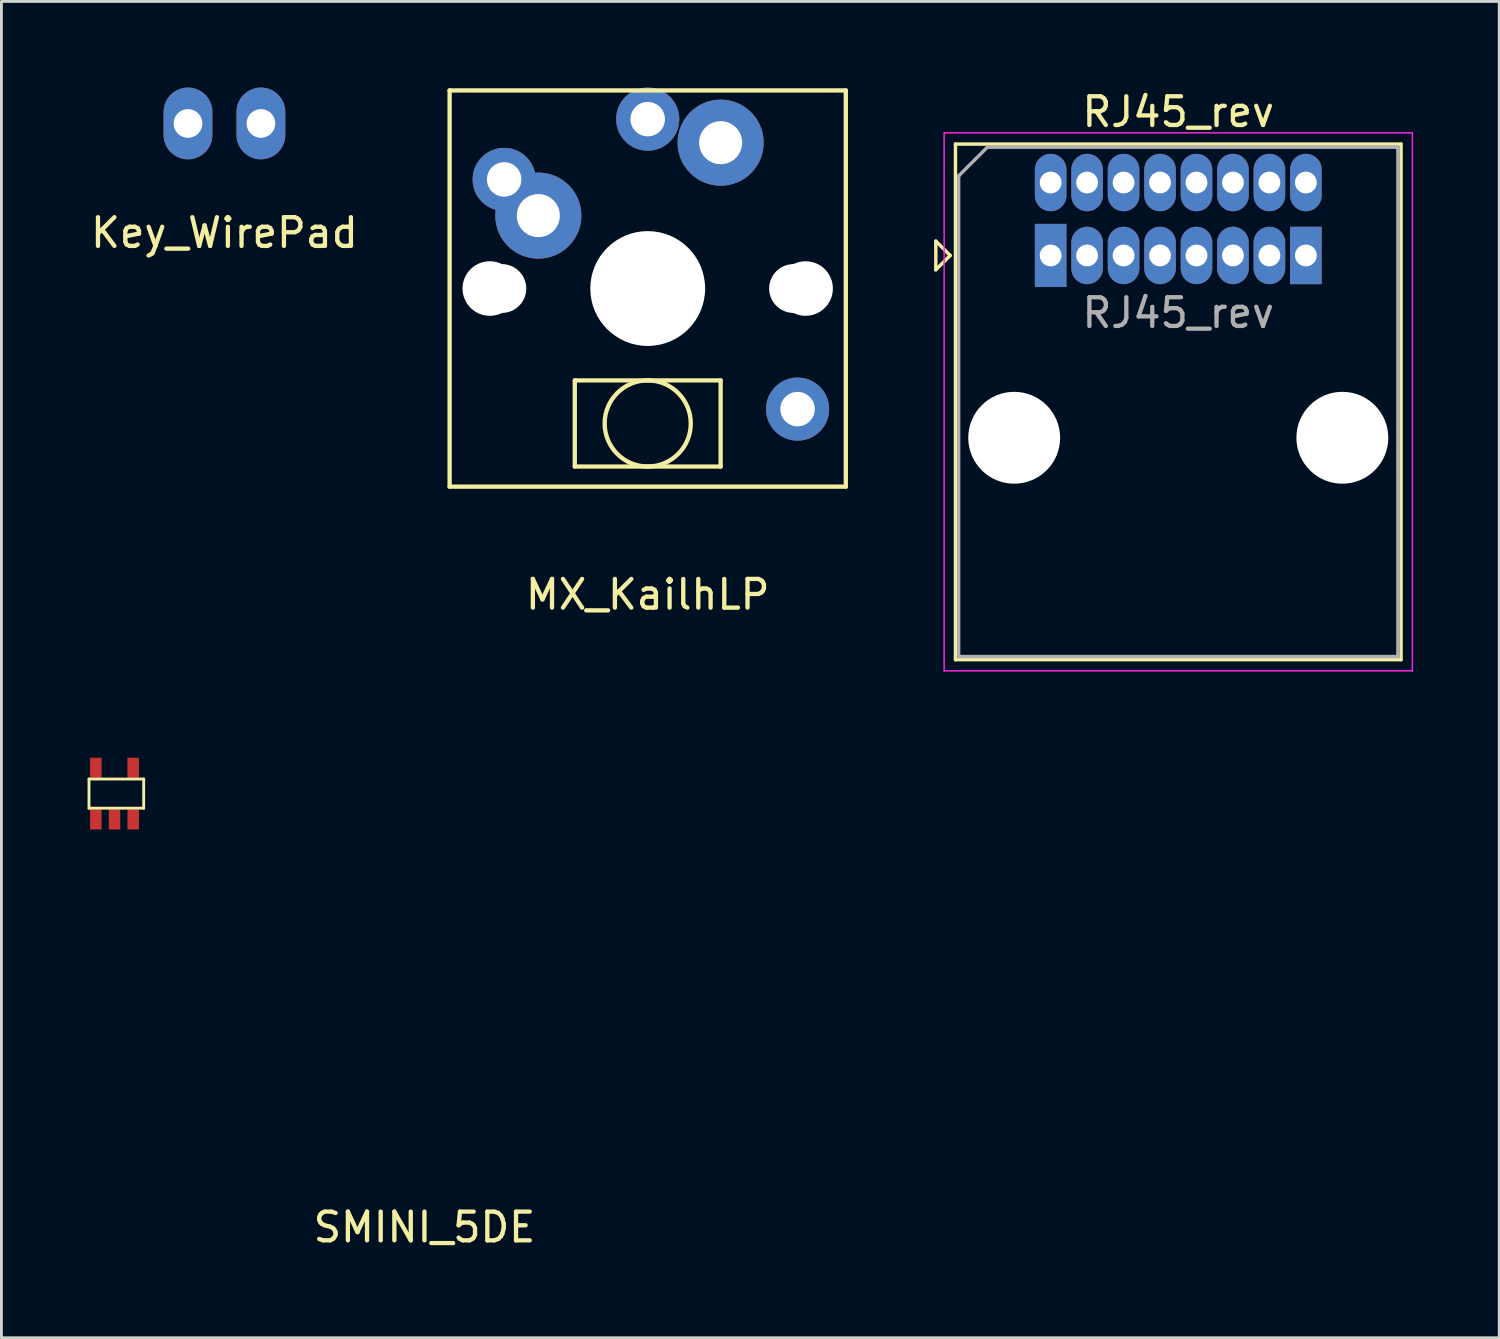
<source format=kicad_pcb>
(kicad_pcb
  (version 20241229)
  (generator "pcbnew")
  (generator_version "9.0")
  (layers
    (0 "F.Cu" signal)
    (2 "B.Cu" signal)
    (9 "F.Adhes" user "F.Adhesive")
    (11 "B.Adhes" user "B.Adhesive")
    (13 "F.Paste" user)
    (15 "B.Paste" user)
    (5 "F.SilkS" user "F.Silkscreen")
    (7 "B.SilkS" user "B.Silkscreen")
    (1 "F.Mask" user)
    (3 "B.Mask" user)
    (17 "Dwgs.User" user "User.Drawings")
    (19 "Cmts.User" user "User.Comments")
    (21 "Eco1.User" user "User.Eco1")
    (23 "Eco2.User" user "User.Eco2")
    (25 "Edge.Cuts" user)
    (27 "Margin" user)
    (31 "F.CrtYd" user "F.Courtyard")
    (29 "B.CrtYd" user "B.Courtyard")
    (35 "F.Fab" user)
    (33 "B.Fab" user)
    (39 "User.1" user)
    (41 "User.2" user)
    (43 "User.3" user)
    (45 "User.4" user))
  (footprint "RJ45_rev"
    (layer "F.Cu")
    (at 33.546 5.848)
    (property "Reference" "RJ45_rev" (at 4.445 -5 0) (layer "F.SilkS") (effects (font (size 1 1) (thickness 0.15))))
    (attr through_hole)
    (fp_line (start -4 -0.5) (end -4 0.5) (stroke (width 0.12) (type solid)) (layer "F.SilkS"))
    (fp_line (start -4 0.5) (end -3.5 0) (stroke (width 0.12) (type solid)) (layer "F.SilkS"))
    (fp_line (start -3.5 0) (end -4 -0.5) (stroke (width 0.12) (type solid)) (layer "F.SilkS"))
    (fp_line (start -3.315 -3.88) (end -3.315 14.08) (stroke (width 0.12) (type solid)) (layer "F.SilkS"))
    (fp_line (start -3.315 14.08) (end 12.205 14.08) (stroke (width 0.12) (type solid)) (layer "F.SilkS"))
    (fp_line (start 12.205 -3.88) (end -3.315 -3.88) (stroke (width 0.12) (type solid)) (layer "F.SilkS"))
    (fp_line (start 12.205 -3.88) (end 12.205 14.08) (stroke (width 0.12) (type solid)) (layer "F.SilkS"))
    (fp_line (start -3.71 -4.27) (end -3.71 14.47) (stroke (width 0.05) (type solid)) (layer "F.CrtYd"))
    (fp_line (start -3.71 -4.27) (end 12.6 -4.27) (stroke (width 0.05) (type solid)) (layer "F.CrtYd"))
    (fp_line (start 12.6 14.47) (end -3.71 14.47) (stroke (width 0.05) (type solid)) (layer "F.CrtYd"))
    (fp_line (start 12.6 14.47) (end 12.6 -4.27) (stroke (width 0.05) (type solid)) (layer "F.CrtYd"))
    (fp_line (start -3.205 -2.77) (end -2.205 -3.77) (stroke (width 0.12) (type solid)) (layer "F.Fab"))
    (fp_line (start -3.205 13.97) (end -3.205 -2.77) (stroke (width 0.12) (type solid)) (layer "F.Fab"))
    (fp_line (start -2.205 -3.77) (end 12.095 -3.77) (stroke (width 0.12) (type solid)) (layer "F.Fab"))
    (fp_line (start 12.095 -3.77) (end 12.095 13.97) (stroke (width 0.12) (type solid)) (layer "F.Fab"))
    (fp_line (start 12.095 13.97) (end -3.205 13.97) (stroke (width 0.12) (type solid)) (layer "F.Fab"))
    (fp_text user "${REFERENCE}" (at 4.445 2 0) (layer "F.Fab") (effects (font (size 1 1) (thickness 0.15))))
    (pad "" np_thru_hole circle (at -1.27 6.35) (size 3.2 3.2) (drill 3.2) (layers "*.Cu" "*.Mask"))
    (pad "" np_thru_hole circle (at 10.16 6.35) (size 3.2 3.2) (drill 3.2) (layers "*.Cu" "*.Mask"))
    (pad "1" thru_hole rect (at 0 0) (size 1.1 2.2) (drill 0.76) (layers "*.Cu" "*.Mask"))
    (pad "1" thru_hole rect (at 8.89 0) (size 1.1 2) (drill 0.76) (layers "*.Cu" "*.Mask"))
    (pad "2" thru_hole oval (at 1.27 -2.54) (size 1.1 2) (drill 0.76) (layers "*.Cu" "*.Mask"))
    (pad "2" thru_hole oval (at 7.62 -2.54) (size 1.1 2) (drill 0.76) (layers "*.Cu" "*.Mask"))
    (pad "3" thru_hole oval (at 2.54 0) (size 1.1 2) (drill 0.76) (layers "*.Cu" "*.Mask"))
    (pad "3" thru_hole oval (at 6.35 0) (size 1.1 2) (drill 0.76) (layers "*.Cu" "*.Mask"))
    (pad "4" thru_hole oval (at 3.81 -2.54) (size 1.1 2) (drill 0.76) (layers "*.Cu" "*.Mask"))
    (pad "4" thru_hole oval (at 5.08 -2.54) (size 1.1 2) (drill 0.76) (layers "*.Cu" "*.Mask"))
    (pad "5" thru_hole oval (at 3.81 0) (size 1.1 2) (drill 0.76) (layers "*.Cu" "*.Mask"))
    (pad "5" thru_hole oval (at 5.08 0) (size 1.1 2) (drill 0.76) (layers "*.Cu" "*.Mask"))
    (pad "6" thru_hole oval (at 2.54 -2.54) (size 1.1 2) (drill 0.76) (layers "*.Cu" "*.Mask"))
    (pad "6" thru_hole oval (at 6.35 -2.54) (size 1.1 2) (drill 0.76) (layers "*.Cu" "*.Mask"))
    (pad "7" thru_hole oval (at 1.27 0) (size 1.1 2) (drill 0.76) (layers "*.Cu" "*.Mask"))
    (pad "7" thru_hole oval (at 7.62 0) (size 1.1 2) (drill 0.76) (layers "*.Cu" "*.Mask"))
    (pad "8" thru_hole oval (at 0 -2.54) (size 1.1 2) (drill 0.76) (layers "*.Cu" "*.Mask"))
    (pad "8" thru_hole oval (at 8.89 -2.54) (size 1.1 2) (drill 0.76) (layers "*.Cu" "*.Mask")))
  (footprint "SMINI_5DE"
    (layer "F.Cu")
    (at 0.939 24.593)
    (property "Reference" "SMINI_5DE" (at 10.795 15.105 0) (layer "F.SilkS") (effects (font (size 1 1) (thickness 0.15))))
    (attr through_hole)
    (fp_line (start -0.889 -0.508) (end 1.016 -0.508) (stroke (width 0.1) (type solid)) (layer "F.SilkS"))
    (fp_line (start -0.889 0.508) (end -0.889 -0.508) (stroke (width 0.1) (type solid)) (layer "F.SilkS"))
    (fp_line (start 1.016 -0.508) (end 1.016 0.508) (stroke (width 0.1) (type solid)) (layer "F.SilkS"))
    (fp_line (start 1.016 0.508) (end -0.889 0.508) (stroke (width 0.1) (type solid)) (layer "F.SilkS"))
    (pad "1" smd rect (at -0.65 0.9) (size 0.4 0.7) (layers "F.Cu" "F.Mask" "F.Paste"))
    (pad "2" smd rect (at 0 0.9) (size 0.4 0.7) (layers "F.Cu" "F.Mask" "F.Paste"))
    (pad "3" smd rect (at 0.65 0.9) (size 0.4 0.7) (layers "F.Cu" "F.Mask" "F.Paste"))
    (pad "4" smd rect (at 0.65 -0.9) (size 0.4 0.7) (layers "F.Cu" "F.Mask" "F.Paste"))
    (pad "5" smd rect (at -0.65 -0.9) (size 0.4 0.7) (layers "F.Cu" "F.Mask" "F.Paste")))
  (footprint "Key_WirePad"
    (layer "F.Cu")
    (at 4.768 1.25)
    (property "Reference" "Key_WirePad" (at 0 3.81 0) (layer "F.SilkS") (effects (font (size 1 1) (thickness 0.15))))
    (attr through_hole)
    (pad "1" thru_hole oval (at -1.27 0) (size 1.7 2.5) (drill 1) (layers "*.Cu" "*.Mask"))
    (pad "2" thru_hole oval (at 1.27 0 90) (size 2.5 1.7) (drill 1) (layers "*.Cu" "*.Mask")))
  (footprint "MX_KailhLP"
    (layer "F.Cu")
    (at 19.511 7)
    (property "Reference" "MX_KailhLP" (at 0 10.66 0) (layer "F.SilkS") (effects (font (size 1 1) (thickness 0.15))))
    (attr through_hole)
    (fp_line (start -6.9 -6.9) (end -6.9 6.9) (stroke (width 0.15) (type solid)) (layer "F.SilkS"))
    (fp_line (start -2.54 3.2) (end -2.54 6.2) (stroke (width 0.15) (type solid)) (layer "F.SilkS"))
    (fp_line (start -2.54 6.2) (end 0 6.2) (stroke (width 0.15) (type solid)) (layer "F.SilkS"))
    (fp_line (start 0 3.2) (end -2.54 3.2) (stroke (width 0.15) (type solid)) (layer "F.SilkS"))
    (fp_line (start 0 6.2) (end 2.54 6.2) (stroke (width 0.15) (type solid)) (layer "F.SilkS"))
    (fp_line (start 2.54 3.2) (end 0 3.2) (stroke (width 0.15) (type solid)) (layer "F.SilkS"))
    (fp_line (start 2.54 6.2) (end 2.54 3.2) (stroke (width 0.15) (type solid)) (layer "F.SilkS"))
    (fp_line (start 6.9 -6.9) (end -6.9 -6.9) (stroke (width 0.15) (type solid)) (layer "F.SilkS"))
    (fp_line (start 6.9 -6.9) (end 6.9 6.9) (stroke (width 0.15) (type solid)) (layer "F.SilkS"))
    (fp_line (start 6.9 6.9) (end -6.9 6.9) (stroke (width 0.15) (type solid)) (layer "F.SilkS"))
    (fp_circle (center 0 4.7) (end 1.5 4.7) (stroke (width 0.15) (type solid)) (fill no) (layer "F.SilkS"))
    (pad "" np_thru_hole circle (at -5.5 0) (size 1.9 1.9) (drill 1.9) (layers "*.Cu" "*.Mask"))
    (pad "" np_thru_hole circle (at -5.08 0) (size 1.7 1.7) (drill 1.7) (layers "*.Cu" "*.Mask"))
    (pad "" np_thru_hole circle (at 0 0) (size 4 4) (drill 4) (layers "*.Cu" "*.Mask"))
    (pad "" np_thru_hole circle (at 5.08 0) (size 1.7 1.7) (drill 1.7) (layers "*.Cu" "*.Mask"))
    (pad "" thru_hole circle (at 5.22 4.2) (size 2.2 2.2) (drill 1.2) (layers "*.Cu" "*.Mask"))
    (pad "" np_thru_hole circle (at 5.5 0) (size 1.9 1.9) (drill 1.9) (layers "*.Cu" "*.Mask"))
    (pad "1" thru_hole circle (at -5 -3.8) (size 2.2 2.2) (drill 1.2) (layers "*.Cu" "*.Mask"))
    (pad "1" thru_hole circle (at -3.81 -2.54) (size 3 3) (drill 1.5) (layers "*.Cu" "*.Mask"))
    (pad "2" thru_hole circle (at 0 -5.9) (size 2.2 2.2) (drill 1.2) (layers "*.Cu" "*.Mask"))
    (pad "2" thru_hole circle (at 2.54 -5.08) (size 3 3) (drill 1.5) (layers "*.Cu" "*.Mask")))
  (gr_rect
    (start -3 -3)
    (end 49.171 43.547)
    (stroke (width 0.1) (type default))
    (fill no)
    (layer "Edge.Cuts")))
</source>
